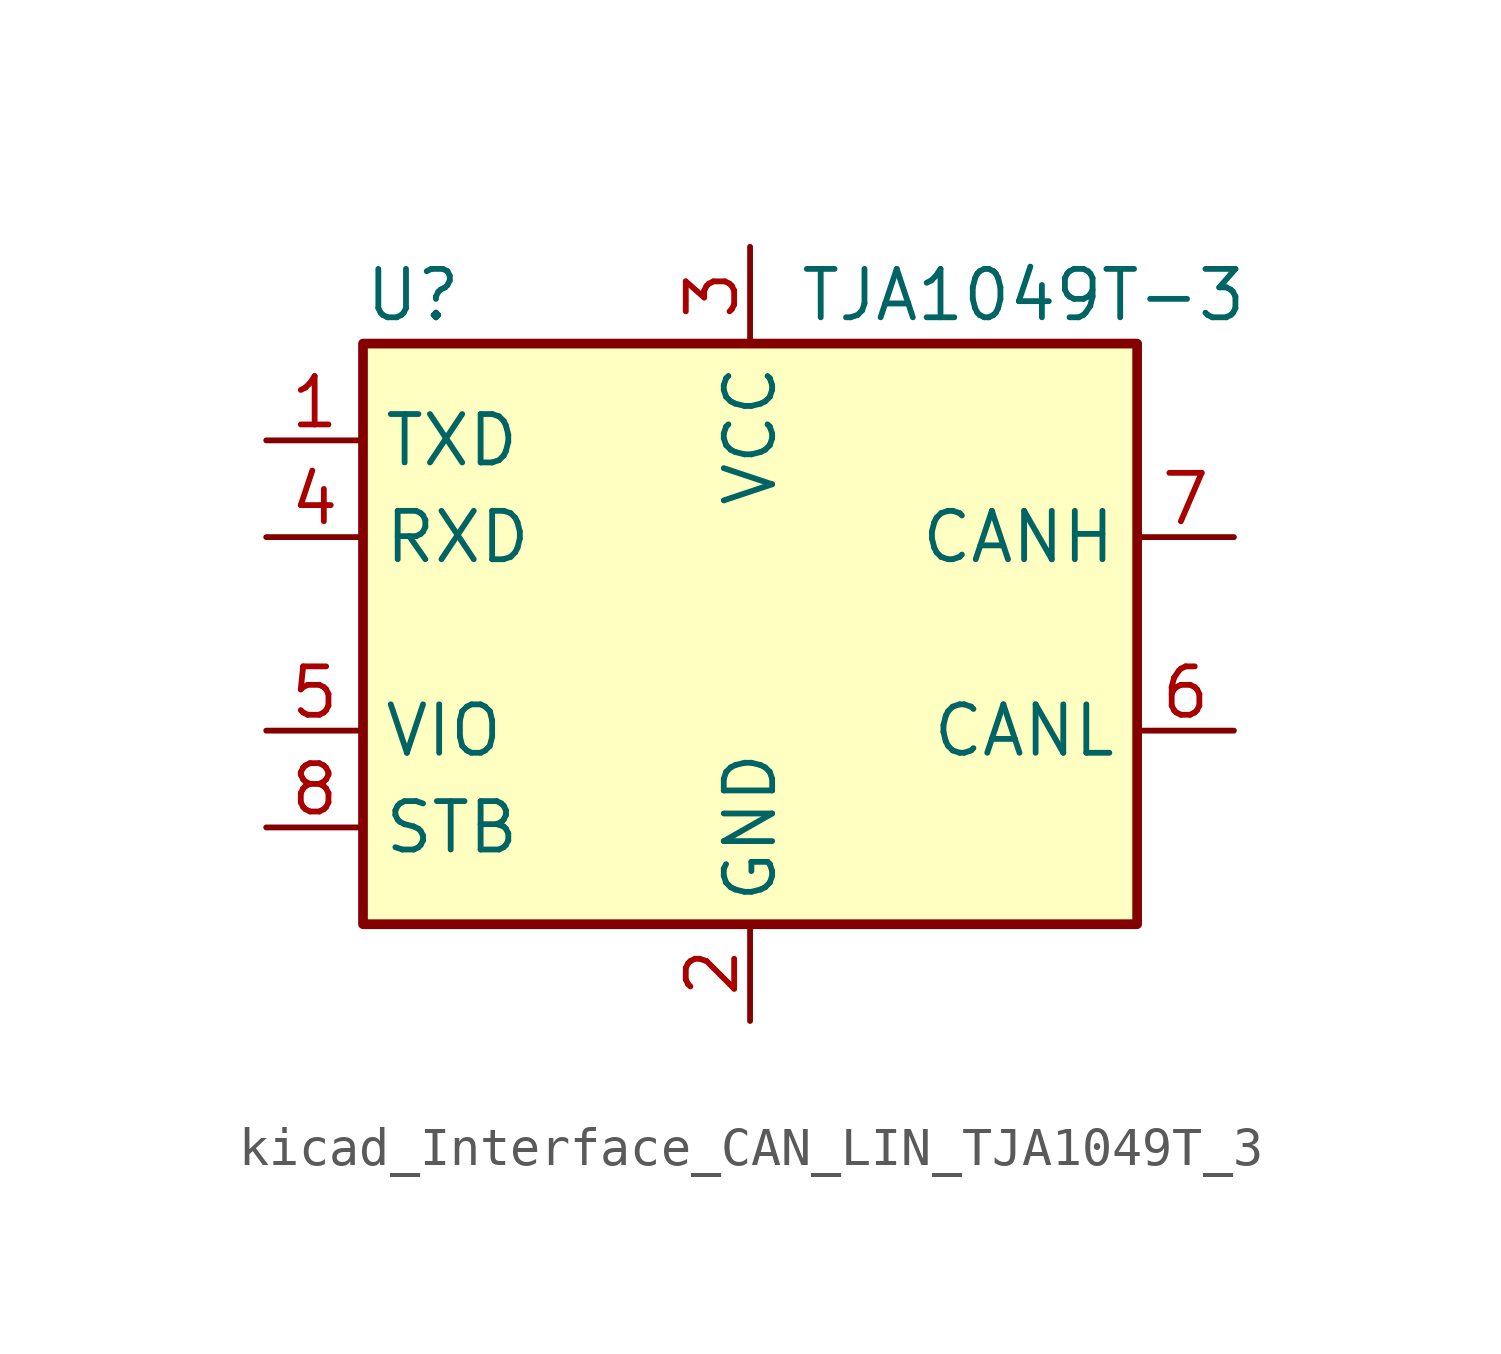
<source format=kicad_sym>
(kicad_symbol_lib
  (version 20220914)
  (generator kicad_symbol_editor)
  (symbol "kicad_Interface_CAN_LIN_TJA1049T_3"
    (property "Reference" "U"
      (at -10.16 8.89 0)
      (effects (font (size 1.27 1.27)) (justify left)))
    (property "Value" "TJA1049T-3"
      (at 1.27 8.89 0)
      (effects (font (size 1.27 1.27)) (justify left)))
    (symbol "kicad_Interface_CAN_LIN_TJA1049T_3_0_1"
      (rectangle (start -10.16 7.62) (end 10.16 -7.62) (stroke (width 0.254) (type default)) (fill (type background))))
    (symbol "kicad_Interface_CAN_LIN_TJA1049T_3_1_1"
      (pin input line (at -12.7 5.08 0) (length 2.54) (name "TXD" (effects (font (size 1.27 1.27)))) (number "1" (effects (font (size 1.27 1.27)))))
      (pin power_in line (at 0 -10.16 90) (length 2.54) (name "GND" (effects (font (size 1.27 1.27)))) (number "2" (effects (font (size 1.27 1.27)))))
      (pin power_in line (at 0 10.16 270) (length 2.54) (name "VCC" (effects (font (size 1.27 1.27)))) (number "3" (effects (font (size 1.27 1.27)))))
      (pin output line (at -12.7 2.54 0) (length 2.54) (name "RXD" (effects (font (size 1.27 1.27)))) (number "4" (effects (font (size 1.27 1.27)))))
      (pin power_in line (at -12.7 -2.54 0) (length 2.54) (name "VIO" (effects (font (size 1.27 1.27)))) (number "5" (effects (font (size 1.27 1.27)))))
      (pin bidirectional line (at 12.7 -2.54 180) (length 2.54) (name "CANL" (effects (font (size 1.27 1.27)))) (number "6" (effects (font (size 1.27 1.27)))))
      (pin bidirectional line (at 12.7 2.54 180) (length 2.54) (name "CANH" (effects (font (size 1.27 1.27)))) (number "7" (effects (font (size 1.27 1.27)))))
      (pin input line (at -12.7 -5.08 0) (length 2.54) (name "STB" (effects (font (size 1.27 1.27)))) (number "8" (effects (font (size 1.27 1.27))))))))
</source>
